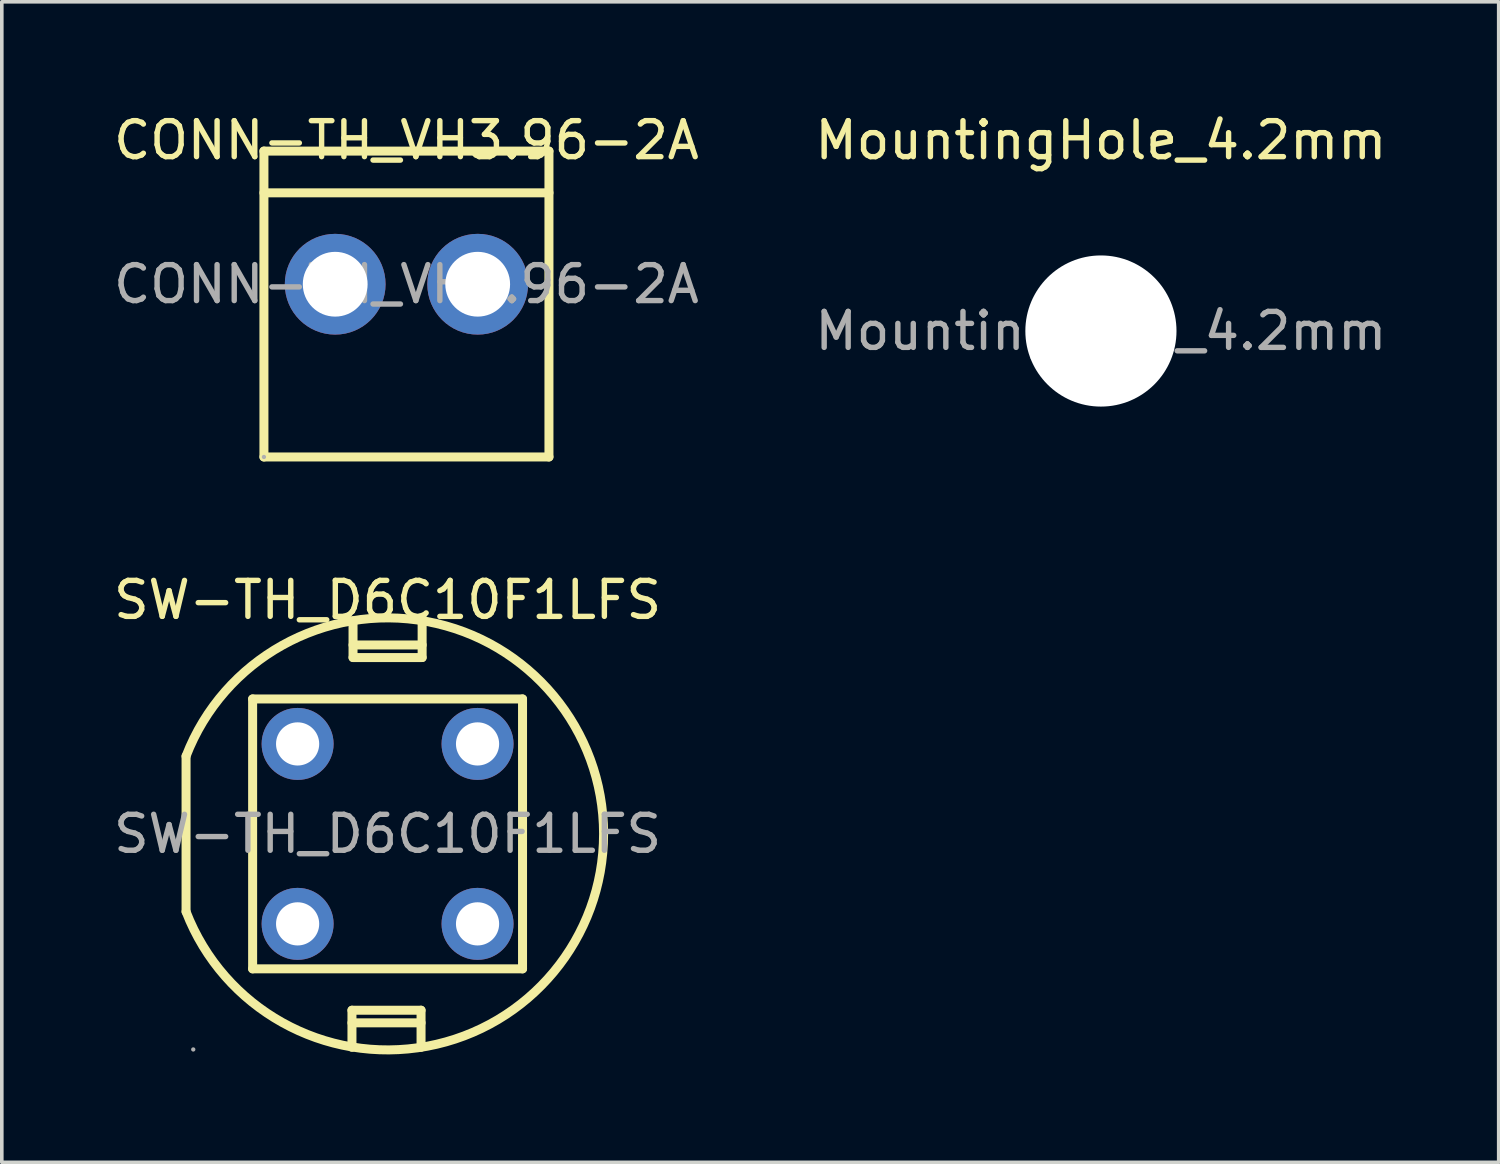
<source format=kicad_pcb>
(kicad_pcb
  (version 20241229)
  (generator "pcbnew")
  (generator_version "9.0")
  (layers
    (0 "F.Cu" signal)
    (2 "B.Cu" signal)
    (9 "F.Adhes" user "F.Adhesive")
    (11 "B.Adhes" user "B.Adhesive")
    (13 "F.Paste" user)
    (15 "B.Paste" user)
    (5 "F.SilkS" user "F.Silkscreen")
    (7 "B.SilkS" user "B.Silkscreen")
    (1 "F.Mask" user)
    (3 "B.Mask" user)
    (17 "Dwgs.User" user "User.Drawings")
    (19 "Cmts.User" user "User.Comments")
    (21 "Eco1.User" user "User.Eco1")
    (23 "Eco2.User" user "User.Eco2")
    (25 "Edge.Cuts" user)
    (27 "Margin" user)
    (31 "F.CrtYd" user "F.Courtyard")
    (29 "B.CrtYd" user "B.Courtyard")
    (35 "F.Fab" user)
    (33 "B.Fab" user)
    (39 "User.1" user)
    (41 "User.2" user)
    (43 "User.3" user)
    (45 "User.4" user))
  (footprint "SW-TH_D6C10F1LFS"
    (layer "F.Cu")
    (at 7.72 20.122)
    (property "Reference" "SW-TH_D6C10F1LFS" (at 0 -6.5 0) (layer "F.SilkS") (effects (font (size 1 1) (thickness 0.15))))
    (attr through_hole)
    (fp_line (start -5.6 2.16) (end -5.6 -2.16) (stroke (width 0.25) (type solid)) (layer "F.SilkS"))
    (fp_line (start -3.75 -3.75) (end 3.75 -3.75) (stroke (width 0.25) (type solid)) (layer "F.SilkS"))
    (fp_line (start -3.75 3.75) (end -3.75 -3.75) (stroke (width 0.25) (type solid)) (layer "F.SilkS"))
    (fp_line (start -0.99 4.9) (end -0.99 5.93) (stroke (width 0.25) (type solid)) (layer "F.SilkS"))
    (fp_line (start -0.96 -5.92) (end -0.96 -4.9) (stroke (width 0.25) (type solid)) (layer "F.SilkS"))
    (fp_line (start -0.96 -5.25) (end 0.96 -5.25) (stroke (width 0.25) (type solid)) (layer "F.SilkS"))
    (fp_line (start -0.96 -4.9) (end 0.96 -4.9) (stroke (width 0.25) (type solid)) (layer "F.SilkS"))
    (fp_line (start 0.93 4.9) (end -0.99 4.9) (stroke (width 0.25) (type solid)) (layer "F.SilkS"))
    (fp_line (start 0.93 5.25) (end -0.99 5.25) (stroke (width 0.25) (type solid)) (layer "F.SilkS"))
    (fp_line (start 0.93 5.93) (end 0.93 4.9) (stroke (width 0.25) (type solid)) (layer "F.SilkS"))
    (fp_line (start 0.96 -4.9) (end 0.96 -5.92) (stroke (width 0.25) (type solid)) (layer "F.SilkS"))
    (fp_line (start 3.75 -3.75) (end 3.75 3.75) (stroke (width 0.25) (type solid)) (layer "F.SilkS"))
    (fp_line (start 3.75 3.75) (end -3.75 3.75) (stroke (width 0.25) (type solid)) (layer "F.SilkS"))
    (fp_arc (start -5.6 -2.16) (mid 6.002133 -0.000802) (end -5.599422 2.161497) (stroke (width 0.25) (type solid)) (layer "F.SilkS"))
    (fp_circle (center -5.4 5.99) (end -5.37 5.99) (stroke (width 0.06) (type solid)) (fill no) (layer "F.Fab"))
    (fp_text user "${REFERENCE}" (at 0 0 0) (layer "F.Fab") (effects (font (size 1 1) (thickness 0.15))))
    (pad "1" thru_hole circle (at -2.5 2.5) (size 2 2) (drill 1.2) (layers "*.Cu" "*.Mask"))
    (pad "2" thru_hole circle (at 2.5 2.5) (size 2 2) (drill 1.2) (layers "*.Cu" "*.Mask"))
    (pad "3" thru_hole circle (at -2.5 -2.5) (size 2 2) (drill 1.2) (layers "*.Cu" "*.Mask"))
    (pad "4" thru_hole circle (at 2.5 -2.5) (size 2 2) (drill 1.2) (layers "*.Cu" "*.Mask")))
  (footprint "CONN-TH_VH3.96-2A"
    (layer "F.Cu")
    (at 8.244 4.848)
    (property "Reference" "CONN-TH_VH3.96-2A" (at 0 -4 0) (layer "F.SilkS") (effects (font (size 1 1) (thickness 0.15))))
    (attr smd)
    (fp_line (start -3.96 -3.7) (end 3.96 -3.7) (stroke (width 0.25) (type solid)) (layer "F.SilkS"))
    (fp_line (start -3.96 4.8) (end -3.96 -3.7) (stroke (width 0.25) (type solid)) (layer "F.SilkS"))
    (fp_line (start 3.96 -3.7) (end 3.96 4.8) (stroke (width 0.25) (type solid)) (layer "F.SilkS"))
    (fp_line (start 3.96 -2.54) (end -3.96 -2.54) (stroke (width 0.25) (type solid)) (layer "F.SilkS"))
    (fp_line (start 3.96 4.8) (end -3.96 4.8) (stroke (width 0.25) (type solid)) (layer "F.SilkS"))
    (fp_circle (center -3.96 4.8) (end -3.93 4.8) (stroke (width 0.06) (type solid)) (fill no) (layer "F.Fab"))
    (fp_text user "${REFERENCE}" (at 0 0 0) (layer "F.Fab") (effects (font (size 1 1) (thickness 0.15))))
    (pad "1" thru_hole circle (at -1.98 0) (size 2.8 2.8) (drill 1.8) (layers "*.Cu" "*.Paste" "*.Mask"))
    (pad "2" thru_hole circle (at 1.98 0) (size 2.8 2.8) (drill 1.8) (layers "*.Cu" "*.Paste" "*.Mask")))
  (footprint "MountingHole_4.2mm"
    (layer "F.Cu")
    (at 27.542 6.148)
    (property "Reference" "MountingHole_4.2mm" (at 0 -5.3 0) (layer "F.SilkS") (effects (font (size 1 1) (thickness 0.15))))
    (attr exclude_from_pos_files exclude_from_bom)
    (fp_text user "${REFERENCE}" (at 0 0 0) (layer "F.Fab") (effects (font (size 1 1) (thickness 0.15))))
    (pad "" np_thru_hole circle (at 0 0) (size 4.2 4.2) (drill 4.2) (layers "*.Cu" "*.Mask")))
  (gr_rect
    (start -3 -3)
    (end 38.595 29.249)
    (stroke (width 0.1) (type default))
    (fill no)
    (layer "Edge.Cuts")))
</source>
